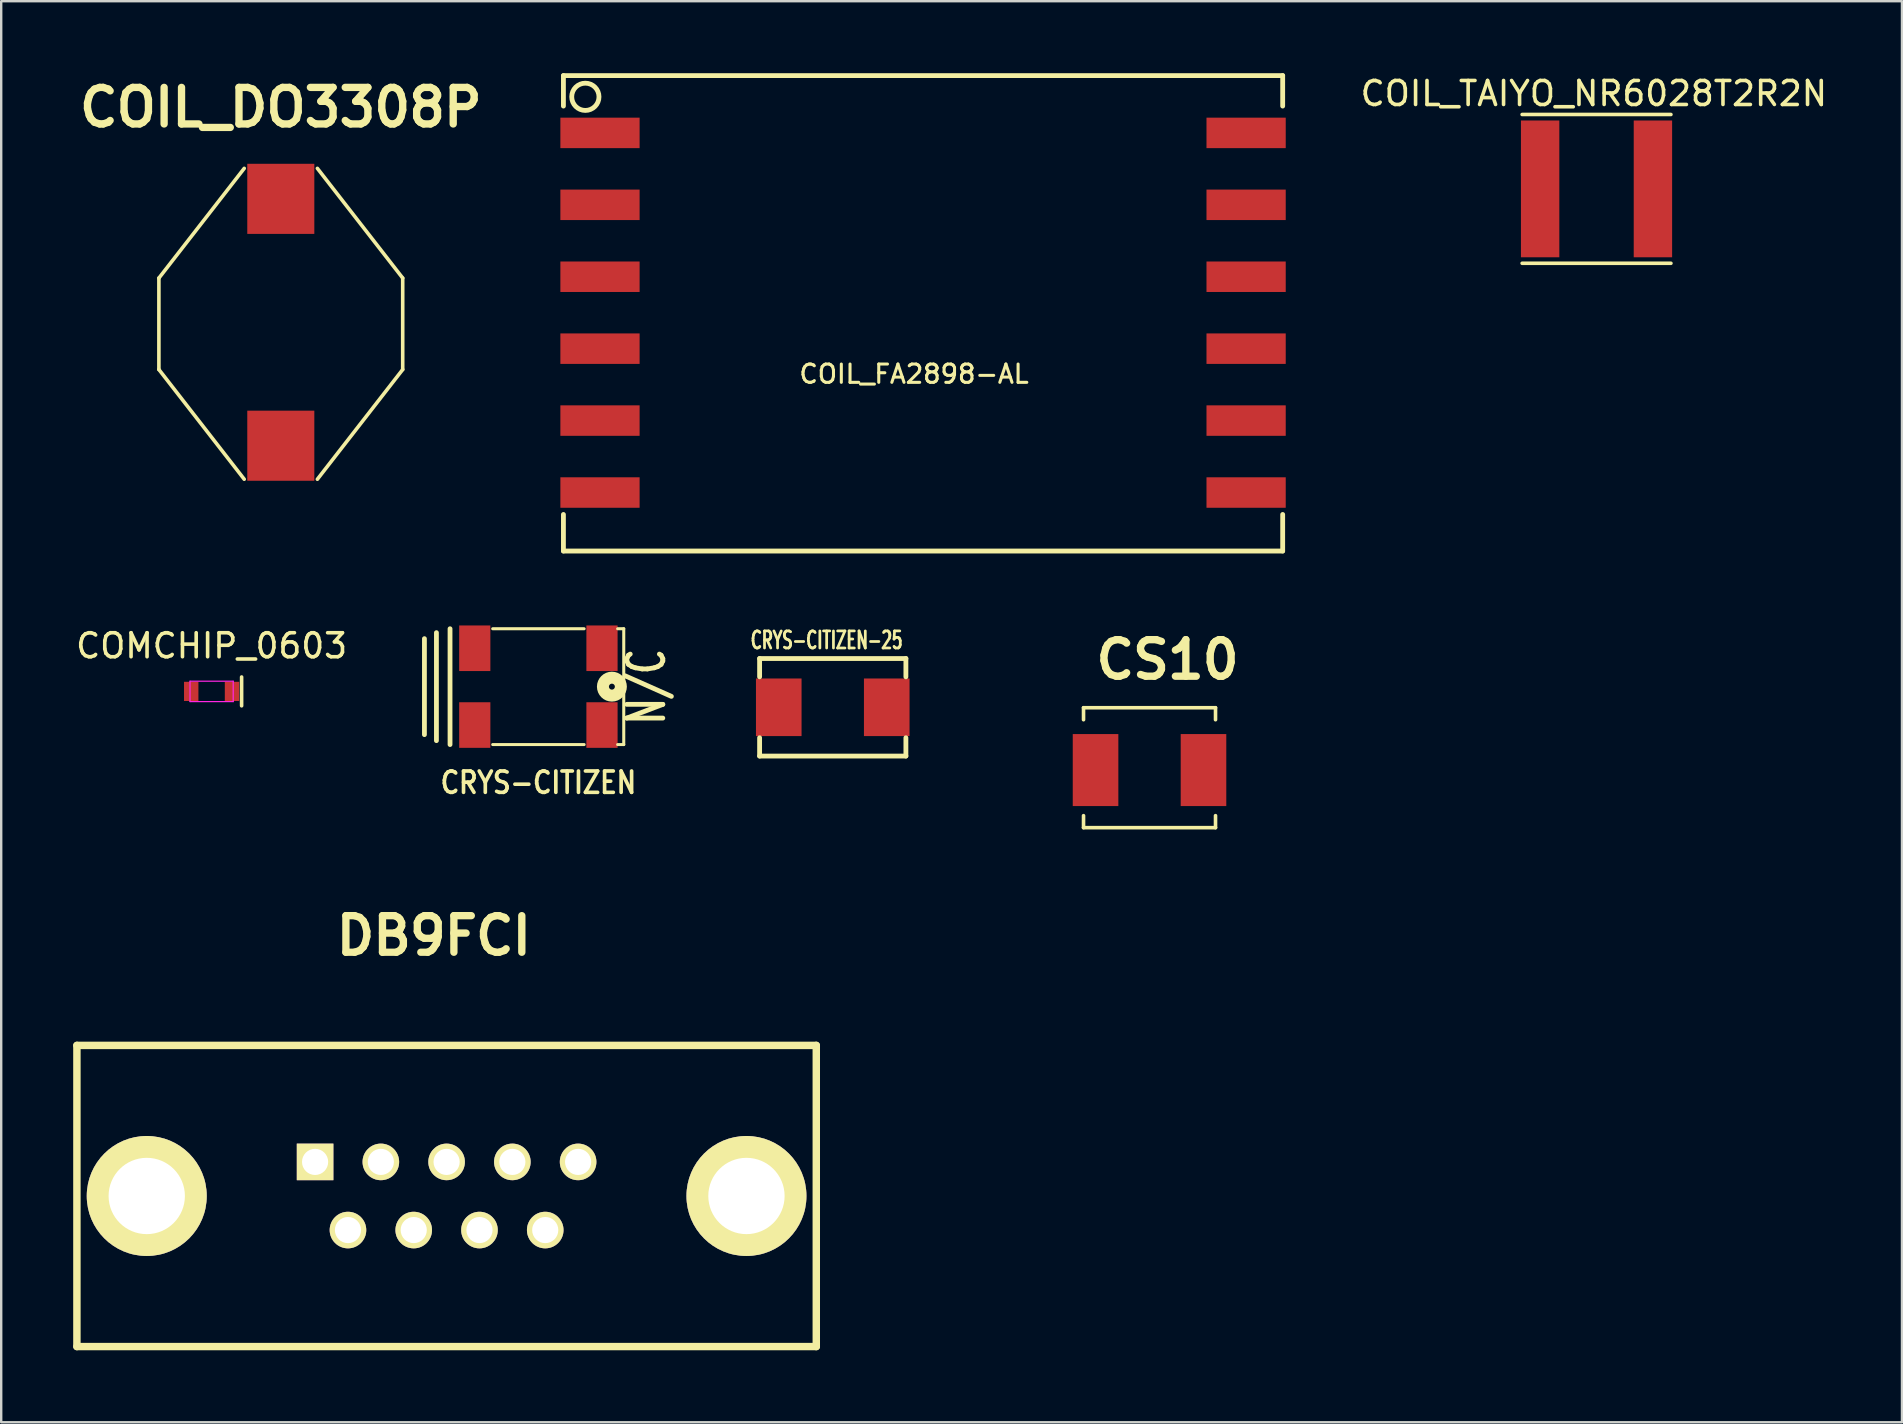
<source format=kicad_pcb>
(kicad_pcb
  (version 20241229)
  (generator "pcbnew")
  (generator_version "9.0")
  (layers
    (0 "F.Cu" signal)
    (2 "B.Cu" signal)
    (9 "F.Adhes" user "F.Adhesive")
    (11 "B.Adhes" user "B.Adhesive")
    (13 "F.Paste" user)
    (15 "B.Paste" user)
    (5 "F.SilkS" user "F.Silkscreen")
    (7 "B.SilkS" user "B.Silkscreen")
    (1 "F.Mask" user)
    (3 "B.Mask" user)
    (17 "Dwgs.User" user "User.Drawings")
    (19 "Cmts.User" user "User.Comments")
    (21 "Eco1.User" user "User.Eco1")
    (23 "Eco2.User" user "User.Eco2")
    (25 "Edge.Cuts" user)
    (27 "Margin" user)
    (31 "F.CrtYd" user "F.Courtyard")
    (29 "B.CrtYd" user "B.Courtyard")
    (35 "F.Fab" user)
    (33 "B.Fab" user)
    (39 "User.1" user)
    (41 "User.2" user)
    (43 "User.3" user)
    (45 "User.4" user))
  (footprint "COIL_TAIYO_NR6028T2R2N"
    (layer "F.Cu")
    (at 63.478 4.821)
    (property "Reference" "COIL_TAIYO_NR6028T2R2N" (at -0.112 -3.973 0) (layer "F.SilkS") (effects (font (size 1 1) (thickness 0.15))))
    (attr through_hole)
    (fp_line (start -3.1 -3.1) (end 3.1 -3.1) (stroke (width 0.15) (type solid)) (layer "F.SilkS"))
    (fp_line (start -3.1 3.1) (end 3.1 3.1) (stroke (width 0.15) (type solid)) (layer "F.SilkS"))
    (pad "1" smd rect (at -2.35 0) (size 1.6 5.7) (layers "F.Cu" "F.Mask" "F.Paste"))
    (pad "2" smd rect (at 2.35 0) (size 1.6 5.7) (layers "F.Cu" "F.Mask" "F.Paste")))
  (footprint "CRYS-CITIZEN-25"
    (layer "F.Cu")
    (at 31.651 26.423)
    (property "Reference" "CRYS-CITIZEN-25" (at -0.254 -2.794 0) (layer "F.SilkS") (effects (font (size 0.711 0.457) (thickness 0.127))))
    (attr through_hole)
    (fp_line (start -3.048 -2.032) (end 3.048 -2.032) (stroke (width 0.201) (type solid)) (layer "F.SilkS"))
    (fp_line (start -3.048 -1.27) (end -3.048 -2.032) (stroke (width 0.201) (type solid)) (layer "F.SilkS"))
    (fp_line (start -3.048 2.032) (end -3.048 1.27) (stroke (width 0.201) (type solid)) (layer "F.SilkS"))
    (fp_line (start 3.048 -2.032) (end 3.048 -1.27) (stroke (width 0.201) (type solid)) (layer "F.SilkS"))
    (fp_line (start 3.048 1.27) (end 3.048 2.032) (stroke (width 0.201) (type solid)) (layer "F.SilkS"))
    (fp_line (start 3.048 2.032) (end -3.048 2.032) (stroke (width 0.201) (type solid)) (layer "F.SilkS"))
    (pad "1" smd rect (at -2.25 0) (size 1.9 2.4) (layers "F.Cu" "F.Mask" "F.Paste"))
    (pad "2" smd rect (at 2.25 0) (size 1.9 2.4) (layers "F.Cu" "F.Mask" "F.Paste")))
  (footprint "COIL_FA2898-AL"
    (layer "F.Cu")
    (at 35.414 8.482)
    (property "Reference" "COIL_FA2898-AL" (at -0.376 4.054 0) (layer "F.SilkS") (effects (font (size 0.762 0.762) (thickness 0.127))))
    (attr through_hole)
    (fp_line (start -14.986 -8.382) (end 14.986 -8.382) (stroke (width 0.201) (type solid)) (layer "F.SilkS"))
    (fp_line (start -14.986 -7.112) (end -14.986 -8.382) (stroke (width 0.201) (type solid)) (layer "F.SilkS"))
    (fp_line (start -14.986 9.906) (end -14.986 11.43) (stroke (width 0.201) (type solid)) (layer "F.SilkS"))
    (fp_line (start -14.986 11.43) (end 14.986 11.43) (stroke (width 0.201) (type solid)) (layer "F.SilkS"))
    (fp_line (start 14.986 -8.382) (end 14.986 -7.112) (stroke (width 0.201) (type solid)) (layer "F.SilkS"))
    (fp_line (start 14.986 11.43) (end 14.986 9.906) (stroke (width 0.201) (type solid)) (layer "F.SilkS"))
    (fp_circle (center -14.072 -7.498) (end -13.564 -7.244) (stroke (width 0.201) (type solid)) (fill no) (layer "F.SilkS"))
    (pad "1" smd rect (at -13.462 -5.994) (size 3.302 1.27) (layers "F.Cu" "F.Mask" "F.Paste"))
    (pad "2" smd rect (at -13.462 -2.997) (size 3.302 1.27) (layers "F.Cu" "F.Mask" "F.Paste"))
    (pad "3" smd rect (at -13.462 0) (size 3.302 1.27) (layers "F.Cu" "F.Mask" "F.Paste"))
    (pad "4" smd rect (at -13.462 2.997) (size 3.302 1.27) (layers "F.Cu" "F.Mask" "F.Paste"))
    (pad "5" smd rect (at -13.462 5.994) (size 3.302 1.27) (layers "F.Cu" "F.Mask" "F.Paste"))
    (pad "6" smd rect (at -13.462 8.992) (size 3.302 1.27) (layers "F.Cu" "F.Mask" "F.Paste"))
    (pad "7" smd rect (at 13.462 8.992) (size 3.302 1.27) (layers "F.Cu" "F.Mask" "F.Paste"))
    (pad "8" smd rect (at 13.462 5.994) (size 3.302 1.27) (layers "F.Cu" "F.Mask" "F.Paste"))
    (pad "9" smd rect (at 13.462 2.997) (size 3.302 1.27) (layers "F.Cu" "F.Mask" "F.Paste"))
    (pad "10" smd rect (at 13.462 0) (size 3.302 1.27) (layers "F.Cu" "F.Mask" "F.Paste"))
    (pad "11" smd rect (at 13.462 -2.997) (size 3.302 1.27) (layers "F.Cu" "F.Mask" "F.Paste"))
    (pad "12" smd rect (at 13.462 -5.994) (size 3.302 1.27) (layers "F.Cu" "F.Mask" "F.Paste")))
  (footprint "COMCHIP_0603"
    (layer "F.Cu")
    (at 5.768 25.761)
    (property "Reference" "COMCHIP_0603" (at 0 -1.9 0) (layer "F.SilkS") (effects (font (size 1 1) (thickness 0.15))))
    (attr smd)
    (fp_line (start 1.25 -0.6) (end 1.25 0.6) (stroke (width 0.15) (type solid)) (layer "F.SilkS"))
    (fp_line (start -0.9 -0.425) (end 0.9 -0.425) (stroke (width 0.05) (type solid)) (layer "F.CrtYd"))
    (fp_line (start -0.9 0.425) (end -0.9 -0.425) (stroke (width 0.05) (type solid)) (layer "F.CrtYd"))
    (fp_line (start 0.9 -0.425) (end 0.9 0.425) (stroke (width 0.05) (type solid)) (layer "F.CrtYd"))
    (fp_line (start 0.9 0.425) (end -0.9 0.425) (stroke (width 0.05) (type solid)) (layer "F.CrtYd"))
    (pad "A" smd rect (at -0.85 0) (size 0.6 0.8) (layers "F.Cu" "F.Mask" "F.Paste"))
    (pad "C" smd rect (at 0.85 0) (size 0.6 0.8) (layers "F.Cu" "F.Mask" "F.Paste")))
  (footprint "CS10"
    (layer "F.Cu")
    (at 38.101 28.94)
    (property "Reference" "CS10" (at 7.501 -4.501 0) (layer "F.SilkS") (effects (font (size 1.524 1.524) (thickness 0.305))))
    (attr through_hole)
    (fp_line (start 4 -2.499) (end 4 -1.999) (stroke (width 0.15) (type solid)) (layer "F.SilkS"))
    (fp_line (start 4 1.999) (end 4 2.499) (stroke (width 0.15) (type solid)) (layer "F.SilkS"))
    (fp_line (start 4 2.499) (end 9.5 2.499) (stroke (width 0.15) (type solid)) (layer "F.SilkS"))
    (fp_line (start 9.5 -2.499) (end 4 -2.499) (stroke (width 0.15) (type solid)) (layer "F.SilkS"))
    (fp_line (start 9.5 -1.999) (end 9.5 -2.499) (stroke (width 0.15) (type solid)) (layer "F.SilkS"))
    (fp_line (start 9.5 2.499) (end 9.5 1.999) (stroke (width 0.15) (type solid)) (layer "F.SilkS"))
    (pad "1" smd rect (at 4.501 0.099) (size 1.9 3) (layers "F.Cu" "F.Mask" "F.Paste"))
    (pad "2" smd rect (at 8.999 0.099) (size 1.9 3) (layers "F.Cu" "F.Mask" "F.Paste")))
  (footprint "CRYS-CITIZEN"
    (layer "F.Cu")
    (at 19.386 25.563)
    (property "Reference" "CRYS-CITIZEN" (at 0 4 180) (layer "F.SilkS") (effects (font (size 0.889 0.762) (thickness 0.152))))
    (attr smd)
    (fp_line (start -4.75 -2) (end -4.75 2) (stroke (width 0.2) (type solid)) (layer "F.SilkS"))
    (fp_line (start -4.25 -2.25) (end -4.25 2.25) (stroke (width 0.2) (type solid)) (layer "F.SilkS"))
    (fp_line (start -3.683 2.413) (end -3.683 -2.413) (stroke (width 0.2) (type solid)) (layer "F.SilkS"))
    (fp_line (start -1.905 -2.413) (end 1.905 -2.413) (stroke (width 0.127) (type solid)) (layer "F.SilkS"))
    (fp_line (start 1.905 2.413) (end -1.905 2.413) (stroke (width 0.127) (type solid)) (layer "F.SilkS"))
    (fp_line (start 3.302 -2.413) (end 3.556 -2.413) (stroke (width 0.127) (type solid)) (layer "F.SilkS"))
    (fp_line (start 3.556 -2.413) (end 3.556 2.413) (stroke (width 0.127) (type solid)) (layer "F.SilkS"))
    (fp_line (start 3.556 2.413) (end 3.302 2.413) (stroke (width 0.127) (type solid)) (layer "F.SilkS"))
    (fp_circle (center 3.062 0) (end 3.336 0.254) (stroke (width 0.5) (type solid)) (fill no) (layer "F.SilkS"))
    (fp_text user "N/C" (at 4.5 0 90) (layer "F.SilkS") (effects (font (size 1.5 1) (thickness 0.2))))
    (pad "1" smd rect (at -2.652 1.6) (size 1.3 1.9) (layers "F.Cu" "F.Mask" "F.Paste"))
    (pad "2" smd rect (at 2.649 1.6) (size 1.3 1.9) (layers "F.Cu" "F.Mask" "F.Paste"))
    (pad "3" smd rect (at 2.649 -1.6) (size 1.3 1.9) (layers "F.Cu" "F.Mask" "F.Paste"))
    (pad "4" smd rect (at -2.652 -1.6) (size 1.3 1.9) (layers "F.Cu" "F.Mask" "F.Paste")))
  (footprint "COIL_DO3308P"
    (layer "F.Cu")
    (at 8.651 10.316)
    (property "Reference" "COIL_DO3308P" (at 0 -8.89 0) (layer "F.SilkS") (effects (font (size 1.524 1.524) (thickness 0.305))))
    (attr through_hole)
    (fp_line (start -5.08 -1.778) (end -1.524 -6.35) (stroke (width 0.15) (type solid)) (layer "F.SilkS"))
    (fp_line (start -5.08 2.032) (end -5.08 -1.778) (stroke (width 0.15) (type solid)) (layer "F.SilkS"))
    (fp_line (start -1.524 6.604) (end -5.08 2.032) (stroke (width 0.15) (type solid)) (layer "F.SilkS"))
    (fp_line (start 1.524 -6.35) (end 5.08 -1.778) (stroke (width 0.15) (type solid)) (layer "F.SilkS"))
    (fp_line (start 5.08 -1.778) (end 5.08 2.032) (stroke (width 0.15) (type solid)) (layer "F.SilkS"))
    (fp_line (start 5.08 2.032) (end 1.524 6.604) (stroke (width 0.15) (type solid)) (layer "F.SilkS"))
    (pad "1" smd rect (at 0 -5.08) (size 2.794 2.921) (layers "F.Cu" "F.Mask" "F.Paste"))
    (pad "2" smd rect (at 0 5.207) (size 2.794 2.921) (layers "F.Cu" "F.Mask" "F.Paste")))
  (footprint "DB9FCI"
    (layer "F.Cu")
    (at 15.56 46.787)
    (property "Reference" "DB9FCI" (at -0.531 -10.846 0) (layer "F.SilkS") (effects (font (size 1.524 1.524) (thickness 0.305))))
    (attr through_hole)
    (fp_line (start -15.405 -6.275) (end -15.405 6.275) (stroke (width 0.31) (type solid)) (layer "F.SilkS"))
    (fp_line (start -15.405 6.275) (end 15.405 6.275) (stroke (width 0.31) (type solid)) (layer "F.SilkS"))
    (fp_line (start 15.405 -6.275) (end -15.405 -6.275) (stroke (width 0.31) (type solid)) (layer "F.SilkS"))
    (fp_line (start 15.405 -6.275) (end 15.405 6.275) (stroke (width 0.31) (type solid)) (layer "F.SilkS"))
    (pad "0" thru_hole circle (at -12.495 0) (size 5 5) (drill 3.18) (layers "*.Cu" "*.Mask" "F.SilkS"))
    (pad "0" thru_hole circle (at 12.495 0) (size 5 5) (drill 3.18) (layers "*.Cu" "*.Mask" "F.SilkS"))
    (pad "1" thru_hole rect (at -5.48 -1.42) (size 1.524 1.524) (drill 1.09) (layers "*.Cu" "*.Mask" "F.SilkS"))
    (pad "2" thru_hole circle (at -2.74 -1.42) (size 1.524 1.524) (drill 1.09) (layers "*.Cu" "*.Mask" "F.SilkS"))
    (pad "3" thru_hole circle (at 0 -1.42) (size 1.524 1.524) (drill 1.09) (layers "*.Cu" "*.Mask" "F.SilkS"))
    (pad "4" thru_hole circle (at 2.74 -1.42) (size 1.524 1.524) (drill 1.09) (layers "*.Cu" "*.Mask" "F.SilkS"))
    (pad "5" thru_hole circle (at 5.48 -1.42) (size 1.524 1.524) (drill 1.09) (layers "*.Cu" "*.Mask" "F.SilkS"))
    (pad "6" thru_hole circle (at -4.11 1.42) (size 1.524 1.524) (drill 1.09) (layers "*.Cu" "*.Mask" "F.SilkS"))
    (pad "7" thru_hole circle (at -1.37 1.42) (size 1.524 1.524) (drill 1.09) (layers "*.Cu" "*.Mask" "F.SilkS"))
    (pad "8" thru_hole circle (at 1.37 1.42) (size 1.524 1.524) (drill 1.09) (layers "*.Cu" "*.Mask" "F.SilkS"))
    (pad "9" thru_hole circle (at 4.11 1.42) (size 1.524 1.524) (drill 1.09) (layers "*.Cu" "*.Mask" "F.SilkS")))
  (gr_rect
    (start -3 -3)
    (end 76.206 56.216)
    (stroke (width 0.1) (type default))
    (fill no)
    (layer "Edge.Cuts")))
</source>
